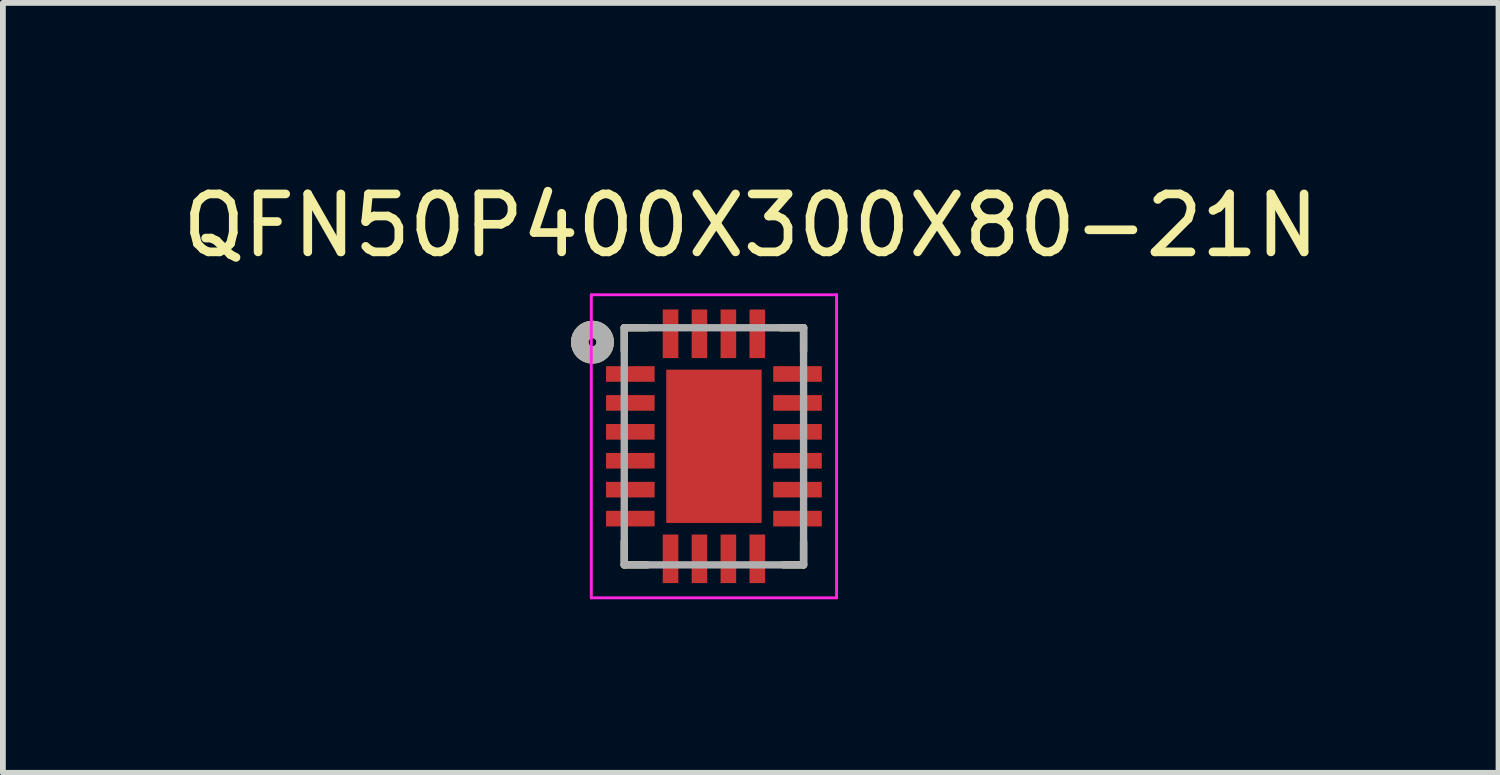
<source format=kicad_pcb>
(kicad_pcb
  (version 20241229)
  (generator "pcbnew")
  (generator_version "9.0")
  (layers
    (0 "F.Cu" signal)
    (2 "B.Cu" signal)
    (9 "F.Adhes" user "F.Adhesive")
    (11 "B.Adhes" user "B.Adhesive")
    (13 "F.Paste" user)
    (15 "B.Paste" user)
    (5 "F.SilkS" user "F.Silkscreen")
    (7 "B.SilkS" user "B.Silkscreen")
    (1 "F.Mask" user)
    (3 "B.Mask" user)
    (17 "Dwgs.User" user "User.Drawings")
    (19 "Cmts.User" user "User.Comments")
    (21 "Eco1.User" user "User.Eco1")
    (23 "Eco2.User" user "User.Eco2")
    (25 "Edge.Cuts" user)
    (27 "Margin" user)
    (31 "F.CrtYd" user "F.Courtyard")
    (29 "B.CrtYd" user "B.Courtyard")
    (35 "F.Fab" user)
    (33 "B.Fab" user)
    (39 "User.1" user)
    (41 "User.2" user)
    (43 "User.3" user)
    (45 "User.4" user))
  (footprint "QFN50P400X300X80-21N"
    (layer "F.Cu")
    (at 9.293 4.666)
    (property "Reference" "QFN50P400X300X80-21N" (at 0.636 -3.817 0) (layer "F.SilkS") (effects (font (size 1.002 1.002) (thickness 0.15))))
    (attr smd)
    (fp_line (start -1.55 -2.05) (end -1.55 -1.65) (stroke (width 0.127) (type solid)) (layer "F.SilkS"))
    (fp_line (start -1.55 2.05) (end -1.55 1.65) (stroke (width 0.127) (type solid)) (layer "F.SilkS"))
    (fp_line (start -1.15 -2.05) (end -1.55 -2.05) (stroke (width 0.127) (type solid)) (layer "F.SilkS"))
    (fp_line (start -1.15 2.05) (end -1.55 2.05) (stroke (width 0.127) (type solid)) (layer "F.SilkS"))
    (fp_line (start 1.55 -2.05) (end 1.15 -2.05) (stroke (width 0.127) (type solid)) (layer "F.SilkS"))
    (fp_line (start 1.55 -1.65) (end 1.55 -2.05) (stroke (width 0.127) (type solid)) (layer "F.SilkS"))
    (fp_line (start 1.55 1.65) (end 1.55 2.05) (stroke (width 0.127) (type solid)) (layer "F.SilkS"))
    (fp_line (start 1.55 2.05) (end 1.2 2.05) (stroke (width 0.127) (type solid)) (layer "F.SilkS"))
    (fp_circle (center -2.1 -1.8) (end -2.029 -1.8) (stroke (width 0.3) (type solid)) (fill no) (layer "F.SilkS"))
    (fp_poly (pts (xy -0.631 0.1) (xy -0.1 0.1) (xy -0.1 1.132) (xy -0.631 1.132)) (stroke (width 0.01) (type solid)) (fill yes) (layer "F.Paste"))
    (fp_poly (pts (xy -0.63 -1.13) (xy -0.1 -1.13) (xy -0.1 -0.1) (xy -0.63 -0.1)) (stroke (width 0.01) (type solid)) (fill yes) (layer "F.Paste"))
    (fp_poly (pts (xy 0.1 -1.13) (xy 0.63 -1.13) (xy 0.63 -0.1) (xy 0.1 -0.1)) (stroke (width 0.01) (type solid)) (fill yes) (layer "F.Paste"))
    (fp_poly (pts (xy 0.1 0.1) (xy 0.63 0.1) (xy 0.63 1.132) (xy 0.1 1.132)) (stroke (width 0.01) (type solid)) (fill yes) (layer "F.Paste"))
    (fp_line (start -2.12 -2.62) (end 2.12 -2.62) (stroke (width 0.05) (type solid)) (layer "F.CrtYd"))
    (fp_line (start -2.12 2.62) (end -2.12 -2.62) (stroke (width 0.05) (type solid)) (layer "F.CrtYd"))
    (fp_line (start 2.12 -2.62) (end 2.12 2.62) (stroke (width 0.05) (type solid)) (layer "F.CrtYd"))
    (fp_line (start 2.12 2.62) (end -2.12 2.62) (stroke (width 0.05) (type solid)) (layer "F.CrtYd"))
    (fp_line (start -1.55 -2.05) (end 1.55 -2.05) (stroke (width 0.127) (type solid)) (layer "F.Fab"))
    (fp_line (start -1.55 2.05) (end -1.55 -2.05) (stroke (width 0.127) (type solid)) (layer "F.Fab"))
    (fp_line (start 1.55 -2.05) (end 1.55 2.05) (stroke (width 0.127) (type solid)) (layer "F.Fab"))
    (fp_line (start 1.55 2.05) (end -1.55 2.05) (stroke (width 0.127) (type solid)) (layer "F.Fab"))
    (fp_circle (center -2.1 -1.8) (end -2.029 -1.8) (stroke (width 0.3) (type solid)) (fill no) (layer "F.Fab"))
    (pad "1" smd rect (at -1.445 -1.25) (size 0.84 0.27) (layers "F.Cu" "F.Mask" "F.Paste"))
    (pad "2" smd rect (at -1.445 -0.75) (size 0.84 0.27) (layers "F.Cu" "F.Mask" "F.Paste"))
    (pad "3" smd rect (at -1.445 -0.25) (size 0.84 0.27) (layers "F.Cu" "F.Mask" "F.Paste"))
    (pad "4" smd rect (at -1.445 0.25) (size 0.84 0.27) (layers "F.Cu" "F.Mask" "F.Paste"))
    (pad "5" smd rect (at -1.445 0.75) (size 0.84 0.27) (layers "F.Cu" "F.Mask" "F.Paste"))
    (pad "6" smd rect (at -1.445 1.25) (size 0.84 0.27) (layers "F.Cu" "F.Mask" "F.Paste"))
    (pad "7" smd rect (at -0.75 1.945) (size 0.27 0.84) (layers "F.Cu" "F.Mask" "F.Paste"))
    (pad "8" smd rect (at -0.25 1.945) (size 0.27 0.84) (layers "F.Cu" "F.Mask" "F.Paste"))
    (pad "9" smd rect (at 0.25 1.945) (size 0.27 0.84) (layers "F.Cu" "F.Mask" "F.Paste"))
    (pad "10" smd rect (at 0.75 1.945) (size 0.27 0.84) (layers "F.Cu" "F.Mask" "F.Paste"))
    (pad "11" smd rect (at 1.445 1.25) (size 0.84 0.27) (layers "F.Cu" "F.Mask" "F.Paste"))
    (pad "12" smd rect (at 1.445 0.75) (size 0.84 0.27) (layers "F.Cu" "F.Mask" "F.Paste"))
    (pad "13" smd rect (at 1.445 0.25) (size 0.84 0.27) (layers "F.Cu" "F.Mask" "F.Paste"))
    (pad "14" smd rect (at 1.445 -0.25) (size 0.84 0.27) (layers "F.Cu" "F.Mask" "F.Paste"))
    (pad "15" smd rect (at 1.445 -0.75) (size 0.84 0.27) (layers "F.Cu" "F.Mask" "F.Paste"))
    (pad "16" smd rect (at 1.445 -1.25) (size 0.84 0.27) (layers "F.Cu" "F.Mask" "F.Paste"))
    (pad "17" smd rect (at 0.75 -1.945) (size 0.27 0.84) (layers "F.Cu" "F.Mask" "F.Paste"))
    (pad "18" smd rect (at 0.25 -1.945) (size 0.27 0.84) (layers "F.Cu" "F.Mask" "F.Paste"))
    (pad "19" smd rect (at -0.25 -1.945) (size 0.27 0.84) (layers "F.Cu" "F.Mask" "F.Paste"))
    (pad "20" smd rect (at -0.75 -1.945) (size 0.27 0.84) (layers "F.Cu" "F.Mask" "F.Paste"))
    (pad "21" smd rect (at 0 0) (size 1.65 2.65) (layers "F.Cu" "F.Mask")))
  (gr_rect
    (start -3 -3)
    (end 22.858 10.311)
    (stroke (width 0.1) (type default))
    (fill no)
    (layer "Edge.Cuts")))
</source>
